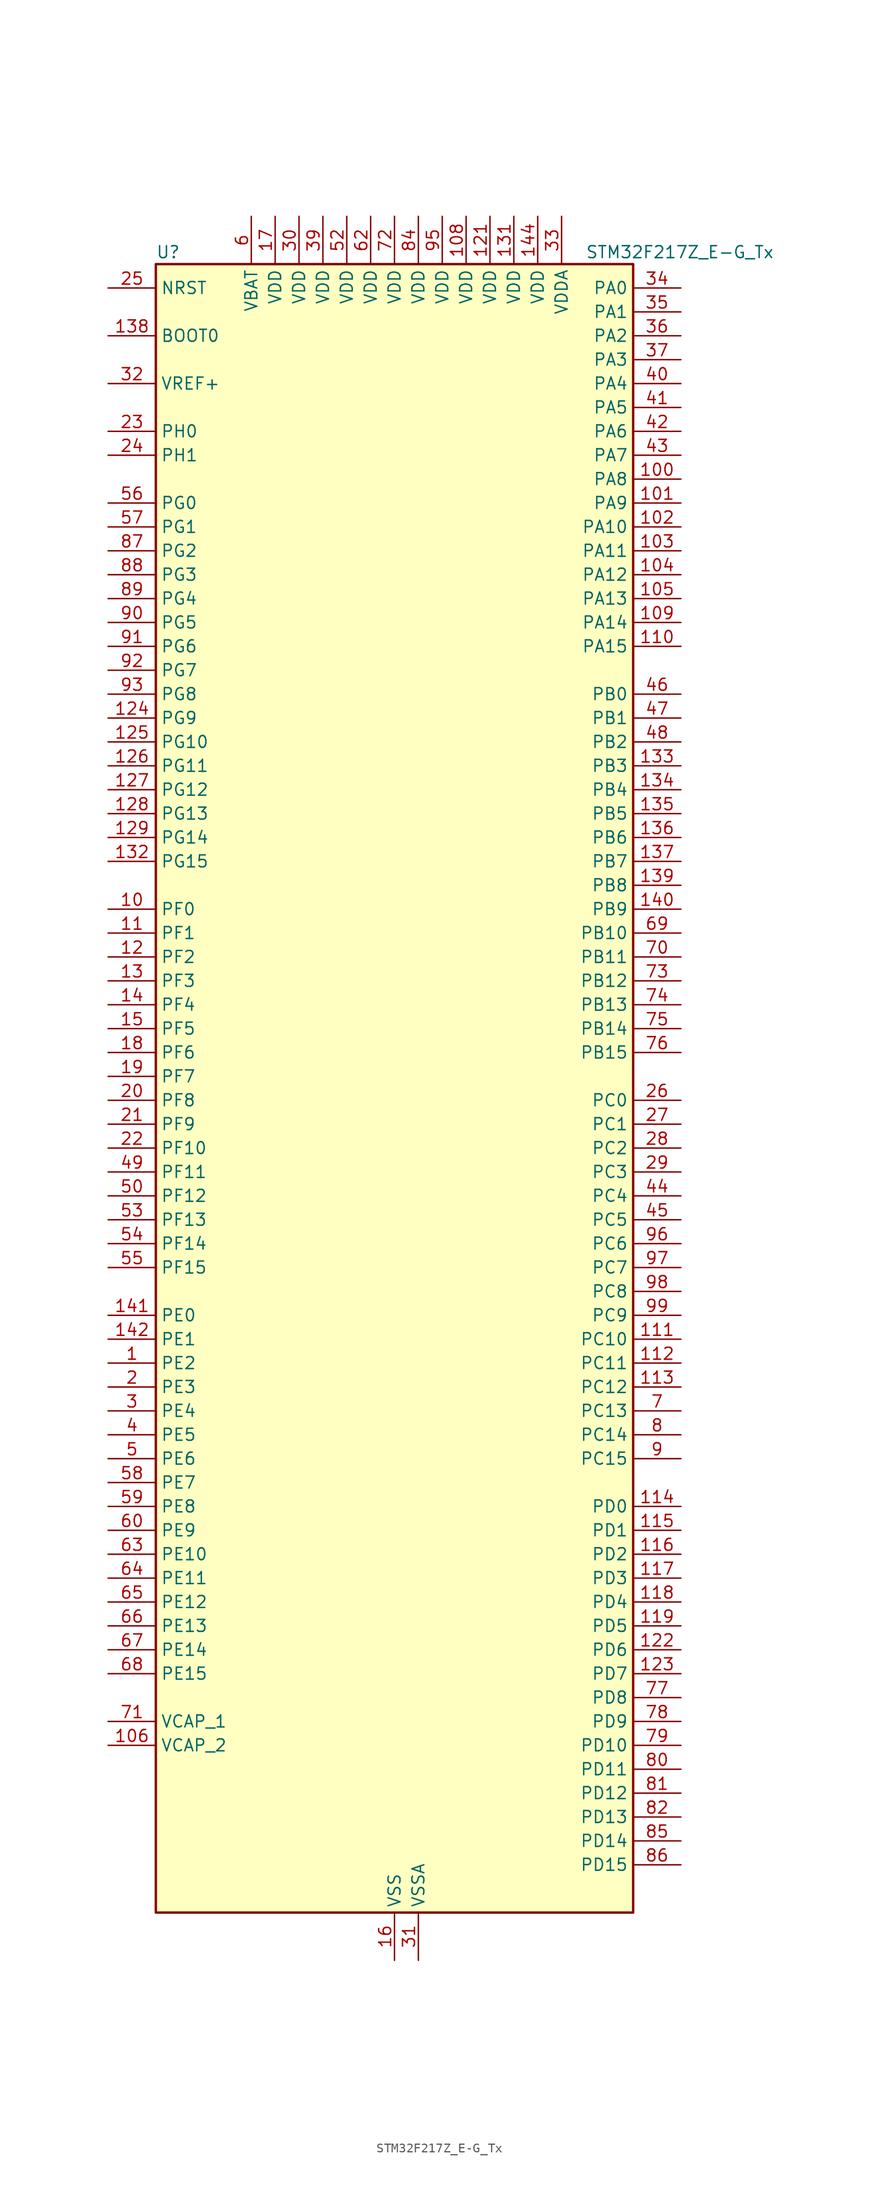
<source format=kicad_sym>
(kicad_symbol_lib
  (version 20220914)
  (generator kicad_symbol_editor)
  (symbol "STM32F217Z_E-G_Tx"
    (property "Reference" "U"
      (at -25.4 90.17 0)
      (effects (font (size 1.27 1.27)) (justify left)))
    (property "Value" "STM32F217Z_E-G_Tx"
      (at 20.32 90.17 0)
      (effects (font (size 1.27 1.27)) (justify left)))
    (property "ki_locked" ""
      (at 0 0 0)
      (effects (font (size 1.27 1.27))))
    (symbol "STM32F217Z_E-G_Tx_0_1"
      (rectangle (start -25.4 -86.36) (end 25.4 88.9) (stroke (width 0.254) (type default)) (fill (type background))))
    (symbol "STM32F217Z_E-G_Tx_1_1"
      (pin bidirectional line (at -30.48 -27.94 0) (length 5.08) (name "PE2" (effects (font (size 1.27 1.27)))) (number "1" (effects (font (size 1.27 1.27)))) (alternate "ETH_TXD3" bidirectional line) (alternate "FSMC_A23" bidirectional line) (alternate "SYS_TRACECLK" bidirectional line))
      (pin bidirectional line (at -30.48 20.32 0) (length 5.08) (name "PF0" (effects (font (size 1.27 1.27)))) (number "10" (effects (font (size 1.27 1.27)))) (alternate "FSMC_A0" bidirectional line) (alternate "I2C2_SDA" bidirectional line))
      (pin bidirectional line (at 30.48 66.04 180) (length 5.08) (name "PA8" (effects (font (size 1.27 1.27)))) (number "100" (effects (font (size 1.27 1.27)))) (alternate "I2C3_SCL" bidirectional line) (alternate "RCC_MCO_1" bidirectional line) (alternate "TIM1_CH1" bidirectional line) (alternate "USART1_CK" bidirectional line) (alternate "USB_OTG_FS_SOF" bidirectional line))
      (pin bidirectional line (at 30.48 63.5 180) (length 5.08) (name "PA9" (effects (font (size 1.27 1.27)))) (number "101" (effects (font (size 1.27 1.27)))) (alternate "DAC_EXTI9" bidirectional line) (alternate "DCMI_D0" bidirectional line) (alternate "I2C3_SMBA" bidirectional line) (alternate "TIM1_CH2" bidirectional line) (alternate "USART1_TX" bidirectional line) (alternate "USB_OTG_FS_VBUS" bidirectional line))
      (pin bidirectional line (at 30.48 60.96 180) (length 5.08) (name "PA10" (effects (font (size 1.27 1.27)))) (number "102" (effects (font (size 1.27 1.27)))) (alternate "DCMI_D1" bidirectional line) (alternate "TIM1_CH3" bidirectional line) (alternate "USART1_RX" bidirectional line) (alternate "USB_OTG_FS_ID" bidirectional line))
      (pin bidirectional line (at 30.48 58.42 180) (length 5.08) (name "PA11" (effects (font (size 1.27 1.27)))) (number "103" (effects (font (size 1.27 1.27)))) (alternate "ADC1_EXTI11" bidirectional line) (alternate "ADC2_EXTI11" bidirectional line) (alternate "ADC3_EXTI11" bidirectional line) (alternate "CAN1_RX" bidirectional line) (alternate "TIM1_CH4" bidirectional line) (alternate "USART1_CTS" bidirectional line) (alternate "USB_OTG_FS_DM" bidirectional line))
      (pin bidirectional line (at 30.48 55.88 180) (length 5.08) (name "PA12" (effects (font (size 1.27 1.27)))) (number "104" (effects (font (size 1.27 1.27)))) (alternate "CAN1_TX" bidirectional line) (alternate "TIM1_ETR" bidirectional line) (alternate "USART1_RTS" bidirectional line) (alternate "USB_OTG_FS_DP" bidirectional line))
      (pin bidirectional line (at 30.48 53.34 180) (length 5.08) (name "PA13" (effects (font (size 1.27 1.27)))) (number "105" (effects (font (size 1.27 1.27)))) (alternate "SYS_JTMS-SWDIO" bidirectional line))
      (pin power_out line (at -30.48 -68.58 0) (length 5.08) (name "VCAP_2" (effects (font (size 1.27 1.27)))) (number "106" (effects (font (size 1.27 1.27)))))
      (pin passive line (at 0 -91.44 90) (length 5.08) hide (name "VSS" (effects (font (size 1.27 1.27)))) (number "107" (effects (font (size 1.27 1.27)))))
      (pin power_in line (at 7.62 93.98 270) (length 5.08) (name "VDD" (effects (font (size 1.27 1.27)))) (number "108" (effects (font (size 1.27 1.27)))))
      (pin bidirectional line (at 30.48 50.8 180) (length 5.08) (name "PA14" (effects (font (size 1.27 1.27)))) (number "109" (effects (font (size 1.27 1.27)))) (alternate "SYS_JTCK-SWCLK" bidirectional line))
      (pin bidirectional line (at -30.48 17.78 0) (length 5.08) (name "PF1" (effects (font (size 1.27 1.27)))) (number "11" (effects (font (size 1.27 1.27)))) (alternate "FSMC_A1" bidirectional line) (alternate "I2C2_SCL" bidirectional line))
      (pin bidirectional line (at 30.48 48.26 180) (length 5.08) (name "PA15" (effects (font (size 1.27 1.27)))) (number "110" (effects (font (size 1.27 1.27)))) (alternate "ADC1_EXTI15" bidirectional line) (alternate "ADC2_EXTI15" bidirectional line) (alternate "ADC3_EXTI15" bidirectional line) (alternate "I2S3_WS" bidirectional line) (alternate "SPI1_NSS" bidirectional line) (alternate "SPI3_NSS" bidirectional line) (alternate "SYS_JTDI" bidirectional line) (alternate "TIM2_CH1" bidirectional line) (alternate "TIM2_ETR" bidirectional line))
      (pin bidirectional line (at 30.48 -25.4 180) (length 5.08) (name "PC10" (effects (font (size 1.27 1.27)))) (number "111" (effects (font (size 1.27 1.27)))) (alternate "DCMI_D8" bidirectional line) (alternate "I2S3_SCK" bidirectional line) (alternate "SDIO_D2" bidirectional line) (alternate "SPI3_SCK" bidirectional line) (alternate "UART4_TX" bidirectional line) (alternate "USART3_TX" bidirectional line))
      (pin bidirectional line (at 30.48 -27.94 180) (length 5.08) (name "PC11" (effects (font (size 1.27 1.27)))) (number "112" (effects (font (size 1.27 1.27)))) (alternate "ADC1_EXTI11" bidirectional line) (alternate "ADC2_EXTI11" bidirectional line) (alternate "ADC3_EXTI11" bidirectional line) (alternate "DCMI_D4" bidirectional line) (alternate "SDIO_D3" bidirectional line) (alternate "SPI3_MISO" bidirectional line) (alternate "UART4_RX" bidirectional line) (alternate "USART3_RX" bidirectional line))
      (pin bidirectional line (at 30.48 -30.48 180) (length 5.08) (name "PC12" (effects (font (size 1.27 1.27)))) (number "113" (effects (font (size 1.27 1.27)))) (alternate "DCMI_D9" bidirectional line) (alternate "I2S3_SD" bidirectional line) (alternate "SDIO_CK" bidirectional line) (alternate "SPI3_MOSI" bidirectional line) (alternate "UART5_TX" bidirectional line) (alternate "USART3_CK" bidirectional line))
      (pin bidirectional line (at 30.48 -43.18 180) (length 5.08) (name "PD0" (effects (font (size 1.27 1.27)))) (number "114" (effects (font (size 1.27 1.27)))) (alternate "CAN1_RX" bidirectional line) (alternate "FSMC_D2" bidirectional line) (alternate "FSMC_DA2" bidirectional line))
      (pin bidirectional line (at 30.48 -45.72 180) (length 5.08) (name "PD1" (effects (font (size 1.27 1.27)))) (number "115" (effects (font (size 1.27 1.27)))) (alternate "CAN1_TX" bidirectional line) (alternate "FSMC_D3" bidirectional line) (alternate "FSMC_DA3" bidirectional line))
      (pin bidirectional line (at 30.48 -48.26 180) (length 5.08) (name "PD2" (effects (font (size 1.27 1.27)))) (number "116" (effects (font (size 1.27 1.27)))) (alternate "DCMI_D11" bidirectional line) (alternate "SDIO_CMD" bidirectional line) (alternate "TIM3_ETR" bidirectional line) (alternate "UART5_RX" bidirectional line))
      (pin bidirectional line (at 30.48 -50.8 180) (length 5.08) (name "PD3" (effects (font (size 1.27 1.27)))) (number "117" (effects (font (size 1.27 1.27)))) (alternate "FSMC_CLK" bidirectional line) (alternate "USART2_CTS" bidirectional line))
      (pin bidirectional line (at 30.48 -53.34 180) (length 5.08) (name "PD4" (effects (font (size 1.27 1.27)))) (number "118" (effects (font (size 1.27 1.27)))) (alternate "FSMC_NOE" bidirectional line) (alternate "USART2_RTS" bidirectional line))
      (pin bidirectional line (at 30.48 -55.88 180) (length 5.08) (name "PD5" (effects (font (size 1.27 1.27)))) (number "119" (effects (font (size 1.27 1.27)))) (alternate "FSMC_NWE" bidirectional line) (alternate "USART2_TX" bidirectional line))
      (pin bidirectional line (at -30.48 15.24 0) (length 5.08) (name "PF2" (effects (font (size 1.27 1.27)))) (number "12" (effects (font (size 1.27 1.27)))) (alternate "FSMC_A2" bidirectional line) (alternate "I2C2_SMBA" bidirectional line))
      (pin passive line (at 0 -91.44 90) (length 5.08) hide (name "VSS" (effects (font (size 1.27 1.27)))) (number "120" (effects (font (size 1.27 1.27)))))
      (pin power_in line (at 10.16 93.98 270) (length 5.08) (name "VDD" (effects (font (size 1.27 1.27)))) (number "121" (effects (font (size 1.27 1.27)))))
      (pin bidirectional line (at 30.48 -58.42 180) (length 5.08) (name "PD6" (effects (font (size 1.27 1.27)))) (number "122" (effects (font (size 1.27 1.27)))) (alternate "FSMC_NWAIT" bidirectional line) (alternate "USART2_RX" bidirectional line))
      (pin bidirectional line (at 30.48 -60.96 180) (length 5.08) (name "PD7" (effects (font (size 1.27 1.27)))) (number "123" (effects (font (size 1.27 1.27)))) (alternate "FSMC_NCE2" bidirectional line) (alternate "FSMC_NE1" bidirectional line) (alternate "USART2_CK" bidirectional line))
      (pin bidirectional line (at -30.48 40.64 0) (length 5.08) (name "PG9" (effects (font (size 1.27 1.27)))) (number "124" (effects (font (size 1.27 1.27)))) (alternate "DAC_EXTI9" bidirectional line) (alternate "FSMC_NCE3" bidirectional line) (alternate "FSMC_NE2" bidirectional line) (alternate "USART6_RX" bidirectional line))
      (pin bidirectional line (at -30.48 38.1 0) (length 5.08) (name "PG10" (effects (font (size 1.27 1.27)))) (number "125" (effects (font (size 1.27 1.27)))) (alternate "FSMC_NCE4_1" bidirectional line) (alternate "FSMC_NE3" bidirectional line))
      (pin bidirectional line (at -30.48 35.56 0) (length 5.08) (name "PG11" (effects (font (size 1.27 1.27)))) (number "126" (effects (font (size 1.27 1.27)))) (alternate "ADC1_EXTI11" bidirectional line) (alternate "ADC2_EXTI11" bidirectional line) (alternate "ADC3_EXTI11" bidirectional line) (alternate "ETH_TX_EN" bidirectional line) (alternate "FSMC_NCE4_2" bidirectional line))
      (pin bidirectional line (at -30.48 33.02 0) (length 5.08) (name "PG12" (effects (font (size 1.27 1.27)))) (number "127" (effects (font (size 1.27 1.27)))) (alternate "FSMC_NE4" bidirectional line) (alternate "USART6_RTS" bidirectional line))
      (pin bidirectional line (at -30.48 30.48 0) (length 5.08) (name "PG13" (effects (font (size 1.27 1.27)))) (number "128" (effects (font (size 1.27 1.27)))) (alternate "ETH_TXD0" bidirectional line) (alternate "FSMC_A24" bidirectional line) (alternate "USART6_CTS" bidirectional line))
      (pin bidirectional line (at -30.48 27.94 0) (length 5.08) (name "PG14" (effects (font (size 1.27 1.27)))) (number "129" (effects (font (size 1.27 1.27)))) (alternate "ETH_TXD1" bidirectional line) (alternate "FSMC_A25" bidirectional line) (alternate "USART6_TX" bidirectional line))
      (pin bidirectional line (at -30.48 12.7 0) (length 5.08) (name "PF3" (effects (font (size 1.27 1.27)))) (number "13" (effects (font (size 1.27 1.27)))) (alternate "ADC3_IN9" bidirectional line) (alternate "FSMC_A3" bidirectional line))
      (pin passive line (at 0 -91.44 90) (length 5.08) hide (name "VSS" (effects (font (size 1.27 1.27)))) (number "130" (effects (font (size 1.27 1.27)))))
      (pin power_in line (at 12.7 93.98 270) (length 5.08) (name "VDD" (effects (font (size 1.27 1.27)))) (number "131" (effects (font (size 1.27 1.27)))))
      (pin bidirectional line (at -30.48 25.4 0) (length 5.08) (name "PG15" (effects (font (size 1.27 1.27)))) (number "132" (effects (font (size 1.27 1.27)))) (alternate "ADC1_EXTI15" bidirectional line) (alternate "ADC2_EXTI15" bidirectional line) (alternate "ADC3_EXTI15" bidirectional line) (alternate "DCMI_D13" bidirectional line) (alternate "USART6_CTS" bidirectional line))
      (pin bidirectional line (at 30.48 35.56 180) (length 5.08) (name "PB3" (effects (font (size 1.27 1.27)))) (number "133" (effects (font (size 1.27 1.27)))) (alternate "I2S3_SCK" bidirectional line) (alternate "SPI1_SCK" bidirectional line) (alternate "SPI3_SCK" bidirectional line) (alternate "SYS_JTDO-SWO" bidirectional line) (alternate "TIM2_CH2" bidirectional line))
      (pin bidirectional line (at 30.48 33.02 180) (length 5.08) (name "PB4" (effects (font (size 1.27 1.27)))) (number "134" (effects (font (size 1.27 1.27)))) (alternate "SPI1_MISO" bidirectional line) (alternate "SPI3_MISO" bidirectional line) (alternate "SYS_JTRST" bidirectional line) (alternate "TIM3_CH1" bidirectional line))
      (pin bidirectional line (at 30.48 30.48 180) (length 5.08) (name "PB5" (effects (font (size 1.27 1.27)))) (number "135" (effects (font (size 1.27 1.27)))) (alternate "CAN2_RX" bidirectional line) (alternate "DCMI_D10" bidirectional line) (alternate "ETH_PPS_OUT" bidirectional line) (alternate "I2C1_SMBA" bidirectional line) (alternate "I2S3_SD" bidirectional line) (alternate "SPI1_MOSI" bidirectional line) (alternate "SPI3_MOSI" bidirectional line) (alternate "TIM3_CH2" bidirectional line) (alternate "USB_OTG_HS_ULPI_D7" bidirectional line))
      (pin bidirectional line (at 30.48 27.94 180) (length 5.08) (name "PB6" (effects (font (size 1.27 1.27)))) (number "136" (effects (font (size 1.27 1.27)))) (alternate "CAN2_TX" bidirectional line) (alternate "DCMI_D5" bidirectional line) (alternate "I2C1_SCL" bidirectional line) (alternate "TIM4_CH1" bidirectional line) (alternate "USART1_TX" bidirectional line))
      (pin bidirectional line (at 30.48 25.4 180) (length 5.08) (name "PB7" (effects (font (size 1.27 1.27)))) (number "137" (effects (font (size 1.27 1.27)))) (alternate "DCMI_VSYNC" bidirectional line) (alternate "FSMC_NL" bidirectional line) (alternate "I2C1_SDA" bidirectional line) (alternate "TIM4_CH2" bidirectional line) (alternate "USART1_RX" bidirectional line))
      (pin input line (at -30.48 81.28 0) (length 5.08) (name "BOOT0" (effects (font (size 1.27 1.27)))) (number "138" (effects (font (size 1.27 1.27)))))
      (pin bidirectional line (at 30.48 22.86 180) (length 5.08) (name "PB8" (effects (font (size 1.27 1.27)))) (number "139" (effects (font (size 1.27 1.27)))) (alternate "CAN1_RX" bidirectional line) (alternate "DCMI_D6" bidirectional line) (alternate "ETH_TXD3" bidirectional line) (alternate "I2C1_SCL" bidirectional line) (alternate "SDIO_D4" bidirectional line) (alternate "TIM10_CH1" bidirectional line) (alternate "TIM4_CH3" bidirectional line))
      (pin bidirectional line (at -30.48 10.16 0) (length 5.08) (name "PF4" (effects (font (size 1.27 1.27)))) (number "14" (effects (font (size 1.27 1.27)))) (alternate "ADC3_IN14" bidirectional line) (alternate "FSMC_A4" bidirectional line))
      (pin bidirectional line (at 30.48 20.32 180) (length 5.08) (name "PB9" (effects (font (size 1.27 1.27)))) (number "140" (effects (font (size 1.27 1.27)))) (alternate "CAN1_TX" bidirectional line) (alternate "DAC_EXTI9" bidirectional line) (alternate "DCMI_D7" bidirectional line) (alternate "I2C1_SDA" bidirectional line) (alternate "I2S2_WS" bidirectional line) (alternate "SDIO_D5" bidirectional line) (alternate "SPI2_NSS" bidirectional line) (alternate "TIM11_CH1" bidirectional line) (alternate "TIM4_CH4" bidirectional line))
      (pin bidirectional line (at -30.48 -22.86 0) (length 5.08) (name "PE0" (effects (font (size 1.27 1.27)))) (number "141" (effects (font (size 1.27 1.27)))) (alternate "DCMI_D2" bidirectional line) (alternate "FSMC_NBL0" bidirectional line) (alternate "TIM4_ETR" bidirectional line))
      (pin bidirectional line (at -30.48 -25.4 0) (length 5.08) (name "PE1" (effects (font (size 1.27 1.27)))) (number "142" (effects (font (size 1.27 1.27)))) (alternate "DCMI_D3" bidirectional line) (alternate "FSMC_NBL1" bidirectional line))
      (pin no_connect line (at -25.4 -86.36 0) (length 5.08) hide (name "RFU" (effects (font (size 1.27 1.27)))) (number "143" (effects (font (size 1.27 1.27)))))
      (pin power_in line (at 15.24 93.98 270) (length 5.08) (name "VDD" (effects (font (size 1.27 1.27)))) (number "144" (effects (font (size 1.27 1.27)))))
      (pin bidirectional line (at -30.48 7.62 0) (length 5.08) (name "PF5" (effects (font (size 1.27 1.27)))) (number "15" (effects (font (size 1.27 1.27)))) (alternate "ADC3_IN15" bidirectional line) (alternate "FSMC_A5" bidirectional line))
      (pin power_in line (at 0 -91.44 90) (length 5.08) (name "VSS" (effects (font (size 1.27 1.27)))) (number "16" (effects (font (size 1.27 1.27)))))
      (pin power_in line (at -12.7 93.98 270) (length 5.08) (name "VDD" (effects (font (size 1.27 1.27)))) (number "17" (effects (font (size 1.27 1.27)))))
      (pin bidirectional line (at -30.48 5.08 0) (length 5.08) (name "PF6" (effects (font (size 1.27 1.27)))) (number "18" (effects (font (size 1.27 1.27)))) (alternate "ADC3_IN4" bidirectional line) (alternate "FSMC_NIORD" bidirectional line) (alternate "TIM10_CH1" bidirectional line))
      (pin bidirectional line (at -30.48 2.54 0) (length 5.08) (name "PF7" (effects (font (size 1.27 1.27)))) (number "19" (effects (font (size 1.27 1.27)))) (alternate "ADC3_IN5" bidirectional line) (alternate "FSMC_NREG" bidirectional line) (alternate "TIM11_CH1" bidirectional line))
      (pin bidirectional line (at -30.48 -30.48 0) (length 5.08) (name "PE3" (effects (font (size 1.27 1.27)))) (number "2" (effects (font (size 1.27 1.27)))) (alternate "FSMC_A19" bidirectional line) (alternate "SYS_TRACED0" bidirectional line))
      (pin bidirectional line (at -30.48 0 0) (length 5.08) (name "PF8" (effects (font (size 1.27 1.27)))) (number "20" (effects (font (size 1.27 1.27)))) (alternate "ADC3_IN6" bidirectional line) (alternate "FSMC_NIOWR" bidirectional line) (alternate "TIM13_CH1" bidirectional line))
      (pin bidirectional line (at -30.48 -2.54 0) (length 5.08) (name "PF9" (effects (font (size 1.27 1.27)))) (number "21" (effects (font (size 1.27 1.27)))) (alternate "ADC3_IN7" bidirectional line) (alternate "DAC_EXTI9" bidirectional line) (alternate "FSMC_CD" bidirectional line) (alternate "TIM14_CH1" bidirectional line))
      (pin bidirectional line (at -30.48 -5.08 0) (length 5.08) (name "PF10" (effects (font (size 1.27 1.27)))) (number "22" (effects (font (size 1.27 1.27)))) (alternate "ADC3_IN8" bidirectional line) (alternate "FSMC_INTR" bidirectional line))
      (pin bidirectional line (at -30.48 71.12 0) (length 5.08) (name "PH0" (effects (font (size 1.27 1.27)))) (number "23" (effects (font (size 1.27 1.27)))) (alternate "RCC_OSC_IN" bidirectional line))
      (pin bidirectional line (at -30.48 68.58 0) (length 5.08) (name "PH1" (effects (font (size 1.27 1.27)))) (number "24" (effects (font (size 1.27 1.27)))) (alternate "RCC_OSC_OUT" bidirectional line))
      (pin input line (at -30.48 86.36 0) (length 5.08) (name "NRST" (effects (font (size 1.27 1.27)))) (number "25" (effects (font (size 1.27 1.27)))))
      (pin bidirectional line (at 30.48 0 180) (length 5.08) (name "PC0" (effects (font (size 1.27 1.27)))) (number "26" (effects (font (size 1.27 1.27)))) (alternate "ADC1_IN10" bidirectional line) (alternate "ADC2_IN10" bidirectional line) (alternate "ADC3_IN10" bidirectional line) (alternate "USB_OTG_HS_ULPI_STP" bidirectional line))
      (pin bidirectional line (at 30.48 -2.54 180) (length 5.08) (name "PC1" (effects (font (size 1.27 1.27)))) (number "27" (effects (font (size 1.27 1.27)))) (alternate "ADC1_IN11" bidirectional line) (alternate "ADC2_IN11" bidirectional line) (alternate "ADC3_IN11" bidirectional line) (alternate "ETH_MDC" bidirectional line))
      (pin bidirectional line (at 30.48 -5.08 180) (length 5.08) (name "PC2" (effects (font (size 1.27 1.27)))) (number "28" (effects (font (size 1.27 1.27)))) (alternate "ADC1_IN12" bidirectional line) (alternate "ADC2_IN12" bidirectional line) (alternate "ADC3_IN12" bidirectional line) (alternate "ETH_TXD2" bidirectional line) (alternate "SPI2_MISO" bidirectional line) (alternate "USB_OTG_HS_ULPI_DIR" bidirectional line))
      (pin bidirectional line (at 30.48 -7.62 180) (length 5.08) (name "PC3" (effects (font (size 1.27 1.27)))) (number "29" (effects (font (size 1.27 1.27)))) (alternate "ADC1_IN13" bidirectional line) (alternate "ADC2_IN13" bidirectional line) (alternate "ADC3_IN13" bidirectional line) (alternate "ETH_TX_CLK" bidirectional line) (alternate "I2S2_SD" bidirectional line) (alternate "SPI2_MOSI" bidirectional line) (alternate "USB_OTG_HS_ULPI_NXT" bidirectional line))
      (pin bidirectional line (at -30.48 -33.02 0) (length 5.08) (name "PE4" (effects (font (size 1.27 1.27)))) (number "3" (effects (font (size 1.27 1.27)))) (alternate "DCMI_D4" bidirectional line) (alternate "FSMC_A20" bidirectional line) (alternate "SYS_TRACED1" bidirectional line))
      (pin power_in line (at -10.16 93.98 270) (length 5.08) (name "VDD" (effects (font (size 1.27 1.27)))) (number "30" (effects (font (size 1.27 1.27)))))
      (pin power_in line (at 2.54 -91.44 90) (length 5.08) (name "VSSA" (effects (font (size 1.27 1.27)))) (number "31" (effects (font (size 1.27 1.27)))))
      (pin input line (at -30.48 76.2 0) (length 5.08) (name "VREF+" (effects (font (size 1.27 1.27)))) (number "32" (effects (font (size 1.27 1.27)))))
      (pin power_in line (at 17.78 93.98 270) (length 5.08) (name "VDDA" (effects (font (size 1.27 1.27)))) (number "33" (effects (font (size 1.27 1.27)))))
      (pin bidirectional line (at 30.48 86.36 180) (length 5.08) (name "PA0" (effects (font (size 1.27 1.27)))) (number "34" (effects (font (size 1.27 1.27)))) (alternate "ADC1_IN0" bidirectional line) (alternate "ADC2_IN0" bidirectional line) (alternate "ADC3_IN0" bidirectional line) (alternate "ETH_CRS" bidirectional line) (alternate "SYS_WKUP" bidirectional line) (alternate "TIM2_CH1" bidirectional line) (alternate "TIM2_ETR" bidirectional line) (alternate "TIM5_CH1" bidirectional line) (alternate "TIM8_ETR" bidirectional line) (alternate "UART4_TX" bidirectional line) (alternate "USART2_CTS" bidirectional line))
      (pin bidirectional line (at 30.48 83.82 180) (length 5.08) (name "PA1" (effects (font (size 1.27 1.27)))) (number "35" (effects (font (size 1.27 1.27)))) (alternate "ADC1_IN1" bidirectional line) (alternate "ADC2_IN1" bidirectional line) (alternate "ADC3_IN1" bidirectional line) (alternate "ETH_REF_CLK" bidirectional line) (alternate "ETH_RX_CLK" bidirectional line) (alternate "TIM2_CH2" bidirectional line) (alternate "TIM5_CH2" bidirectional line) (alternate "UART4_RX" bidirectional line) (alternate "USART2_RTS" bidirectional line))
      (pin bidirectional line (at 30.48 81.28 180) (length 5.08) (name "PA2" (effects (font (size 1.27 1.27)))) (number "36" (effects (font (size 1.27 1.27)))) (alternate "ADC1_IN2" bidirectional line) (alternate "ADC2_IN2" bidirectional line) (alternate "ADC3_IN2" bidirectional line) (alternate "ETH_MDIO" bidirectional line) (alternate "TIM2_CH3" bidirectional line) (alternate "TIM5_CH3" bidirectional line) (alternate "TIM9_CH1" bidirectional line) (alternate "USART2_TX" bidirectional line))
      (pin bidirectional line (at 30.48 78.74 180) (length 5.08) (name "PA3" (effects (font (size 1.27 1.27)))) (number "37" (effects (font (size 1.27 1.27)))) (alternate "ADC1_IN3" bidirectional line) (alternate "ADC2_IN3" bidirectional line) (alternate "ADC3_IN3" bidirectional line) (alternate "ETH_COL" bidirectional line) (alternate "TIM2_CH4" bidirectional line) (alternate "TIM5_CH4" bidirectional line) (alternate "TIM9_CH2" bidirectional line) (alternate "USART2_RX" bidirectional line) (alternate "USB_OTG_HS_ULPI_D0" bidirectional line))
      (pin passive line (at 0 -91.44 90) (length 5.08) hide (name "VSS" (effects (font (size 1.27 1.27)))) (number "38" (effects (font (size 1.27 1.27)))))
      (pin power_in line (at -7.62 93.98 270) (length 5.08) (name "VDD" (effects (font (size 1.27 1.27)))) (number "39" (effects (font (size 1.27 1.27)))))
      (pin bidirectional line (at -30.48 -35.56 0) (length 5.08) (name "PE5" (effects (font (size 1.27 1.27)))) (number "4" (effects (font (size 1.27 1.27)))) (alternate "DCMI_D6" bidirectional line) (alternate "FSMC_A21" bidirectional line) (alternate "SYS_TRACED2" bidirectional line) (alternate "TIM9_CH1" bidirectional line))
      (pin bidirectional line (at 30.48 76.2 180) (length 5.08) (name "PA4" (effects (font (size 1.27 1.27)))) (number "40" (effects (font (size 1.27 1.27)))) (alternate "ADC1_IN4" bidirectional line) (alternate "ADC2_IN4" bidirectional line) (alternate "DAC_OUT1" bidirectional line) (alternate "DCMI_HSYNC" bidirectional line) (alternate "I2S3_WS" bidirectional line) (alternate "SPI1_NSS" bidirectional line) (alternate "SPI3_NSS" bidirectional line) (alternate "USART2_CK" bidirectional line) (alternate "USB_OTG_HS_SOF" bidirectional line))
      (pin bidirectional line (at 30.48 73.66 180) (length 5.08) (name "PA5" (effects (font (size 1.27 1.27)))) (number "41" (effects (font (size 1.27 1.27)))) (alternate "ADC1_IN5" bidirectional line) (alternate "ADC2_IN5" bidirectional line) (alternate "DAC_OUT2" bidirectional line) (alternate "SPI1_SCK" bidirectional line) (alternate "TIM2_CH1" bidirectional line) (alternate "TIM2_ETR" bidirectional line) (alternate "TIM8_CH1N" bidirectional line) (alternate "USB_OTG_HS_ULPI_CK" bidirectional line))
      (pin bidirectional line (at 30.48 71.12 180) (length 5.08) (name "PA6" (effects (font (size 1.27 1.27)))) (number "42" (effects (font (size 1.27 1.27)))) (alternate "ADC1_IN6" bidirectional line) (alternate "ADC2_IN6" bidirectional line) (alternate "DCMI_PIXCLK" bidirectional line) (alternate "SPI1_MISO" bidirectional line) (alternate "TIM13_CH1" bidirectional line) (alternate "TIM1_BKIN" bidirectional line) (alternate "TIM3_CH1" bidirectional line) (alternate "TIM8_BKIN" bidirectional line))
      (pin bidirectional line (at 30.48 68.58 180) (length 5.08) (name "PA7" (effects (font (size 1.27 1.27)))) (number "43" (effects (font (size 1.27 1.27)))) (alternate "ADC1_IN7" bidirectional line) (alternate "ADC2_IN7" bidirectional line) (alternate "ETH_CRS_DV" bidirectional line) (alternate "ETH_RX_DV" bidirectional line) (alternate "SPI1_MOSI" bidirectional line) (alternate "TIM14_CH1" bidirectional line) (alternate "TIM1_CH1N" bidirectional line) (alternate "TIM3_CH2" bidirectional line) (alternate "TIM8_CH1N" bidirectional line))
      (pin bidirectional line (at 30.48 -10.16 180) (length 5.08) (name "PC4" (effects (font (size 1.27 1.27)))) (number "44" (effects (font (size 1.27 1.27)))) (alternate "ADC1_IN14" bidirectional line) (alternate "ADC2_IN14" bidirectional line) (alternate "ETH_RXD0" bidirectional line))
      (pin bidirectional line (at 30.48 -12.7 180) (length 5.08) (name "PC5" (effects (font (size 1.27 1.27)))) (number "45" (effects (font (size 1.27 1.27)))) (alternate "ADC1_IN15" bidirectional line) (alternate "ADC2_IN15" bidirectional line) (alternate "ETH_RXD1" bidirectional line))
      (pin bidirectional line (at 30.48 43.18 180) (length 5.08) (name "PB0" (effects (font (size 1.27 1.27)))) (number "46" (effects (font (size 1.27 1.27)))) (alternate "ADC1_IN8" bidirectional line) (alternate "ADC2_IN8" bidirectional line) (alternate "ETH_RXD2" bidirectional line) (alternate "TIM1_CH2N" bidirectional line) (alternate "TIM3_CH3" bidirectional line) (alternate "TIM8_CH2N" bidirectional line) (alternate "USB_OTG_HS_ULPI_D1" bidirectional line))
      (pin bidirectional line (at 30.48 40.64 180) (length 5.08) (name "PB1" (effects (font (size 1.27 1.27)))) (number "47" (effects (font (size 1.27 1.27)))) (alternate "ADC1_IN9" bidirectional line) (alternate "ADC2_IN9" bidirectional line) (alternate "ETH_RXD3" bidirectional line) (alternate "TIM1_CH3N" bidirectional line) (alternate "TIM3_CH4" bidirectional line) (alternate "TIM8_CH3N" bidirectional line) (alternate "USB_OTG_HS_ULPI_D2" bidirectional line))
      (pin bidirectional line (at 30.48 38.1 180) (length 5.08) (name "PB2" (effects (font (size 1.27 1.27)))) (number "48" (effects (font (size 1.27 1.27)))))
      (pin bidirectional line (at -30.48 -7.62 0) (length 5.08) (name "PF11" (effects (font (size 1.27 1.27)))) (number "49" (effects (font (size 1.27 1.27)))) (alternate "ADC1_EXTI11" bidirectional line) (alternate "ADC2_EXTI11" bidirectional line) (alternate "ADC3_EXTI11" bidirectional line) (alternate "DCMI_D12" bidirectional line))
      (pin bidirectional line (at -30.48 -38.1 0) (length 5.08) (name "PE6" (effects (font (size 1.27 1.27)))) (number "5" (effects (font (size 1.27 1.27)))) (alternate "DCMI_D7" bidirectional line) (alternate "FSMC_A22" bidirectional line) (alternate "SYS_TRACED3" bidirectional line) (alternate "TIM9_CH2" bidirectional line))
      (pin bidirectional line (at -30.48 -10.16 0) (length 5.08) (name "PF12" (effects (font (size 1.27 1.27)))) (number "50" (effects (font (size 1.27 1.27)))) (alternate "FSMC_A6" bidirectional line))
      (pin passive line (at 0 -91.44 90) (length 5.08) hide (name "VSS" (effects (font (size 1.27 1.27)))) (number "51" (effects (font (size 1.27 1.27)))))
      (pin power_in line (at -5.08 93.98 270) (length 5.08) (name "VDD" (effects (font (size 1.27 1.27)))) (number "52" (effects (font (size 1.27 1.27)))))
      (pin bidirectional line (at -30.48 -12.7 0) (length 5.08) (name "PF13" (effects (font (size 1.27 1.27)))) (number "53" (effects (font (size 1.27 1.27)))) (alternate "FSMC_A7" bidirectional line))
      (pin bidirectional line (at -30.48 -15.24 0) (length 5.08) (name "PF14" (effects (font (size 1.27 1.27)))) (number "54" (effects (font (size 1.27 1.27)))) (alternate "FSMC_A8" bidirectional line))
      (pin bidirectional line (at -30.48 -17.78 0) (length 5.08) (name "PF15" (effects (font (size 1.27 1.27)))) (number "55" (effects (font (size 1.27 1.27)))) (alternate "ADC1_EXTI15" bidirectional line) (alternate "ADC2_EXTI15" bidirectional line) (alternate "ADC3_EXTI15" bidirectional line) (alternate "FSMC_A9" bidirectional line))
      (pin bidirectional line (at -30.48 63.5 0) (length 5.08) (name "PG0" (effects (font (size 1.27 1.27)))) (number "56" (effects (font (size 1.27 1.27)))) (alternate "FSMC_A10" bidirectional line))
      (pin bidirectional line (at -30.48 60.96 0) (length 5.08) (name "PG1" (effects (font (size 1.27 1.27)))) (number "57" (effects (font (size 1.27 1.27)))) (alternate "FSMC_A11" bidirectional line))
      (pin bidirectional line (at -30.48 -40.64 0) (length 5.08) (name "PE7" (effects (font (size 1.27 1.27)))) (number "58" (effects (font (size 1.27 1.27)))) (alternate "FSMC_D4" bidirectional line) (alternate "FSMC_DA4" bidirectional line) (alternate "TIM1_ETR" bidirectional line))
      (pin bidirectional line (at -30.48 -43.18 0) (length 5.08) (name "PE8" (effects (font (size 1.27 1.27)))) (number "59" (effects (font (size 1.27 1.27)))) (alternate "FSMC_D5" bidirectional line) (alternate "FSMC_DA5" bidirectional line) (alternate "TIM1_CH1N" bidirectional line))
      (pin power_in line (at -15.24 93.98 270) (length 5.08) (name "VBAT" (effects (font (size 1.27 1.27)))) (number "6" (effects (font (size 1.27 1.27)))))
      (pin bidirectional line (at -30.48 -45.72 0) (length 5.08) (name "PE9" (effects (font (size 1.27 1.27)))) (number "60" (effects (font (size 1.27 1.27)))) (alternate "DAC_EXTI9" bidirectional line) (alternate "FSMC_D6" bidirectional line) (alternate "FSMC_DA6" bidirectional line) (alternate "TIM1_CH1" bidirectional line))
      (pin passive line (at 0 -91.44 90) (length 5.08) hide (name "VSS" (effects (font (size 1.27 1.27)))) (number "61" (effects (font (size 1.27 1.27)))))
      (pin power_in line (at -2.54 93.98 270) (length 5.08) (name "VDD" (effects (font (size 1.27 1.27)))) (number "62" (effects (font (size 1.27 1.27)))))
      (pin bidirectional line (at -30.48 -48.26 0) (length 5.08) (name "PE10" (effects (font (size 1.27 1.27)))) (number "63" (effects (font (size 1.27 1.27)))) (alternate "FSMC_D7" bidirectional line) (alternate "FSMC_DA7" bidirectional line) (alternate "TIM1_CH2N" bidirectional line))
      (pin bidirectional line (at -30.48 -50.8 0) (length 5.08) (name "PE11" (effects (font (size 1.27 1.27)))) (number "64" (effects (font (size 1.27 1.27)))) (alternate "ADC1_EXTI11" bidirectional line) (alternate "ADC2_EXTI11" bidirectional line) (alternate "ADC3_EXTI11" bidirectional line) (alternate "FSMC_D8" bidirectional line) (alternate "FSMC_DA8" bidirectional line) (alternate "TIM1_CH2" bidirectional line))
      (pin bidirectional line (at -30.48 -53.34 0) (length 5.08) (name "PE12" (effects (font (size 1.27 1.27)))) (number "65" (effects (font (size 1.27 1.27)))) (alternate "FSMC_D9" bidirectional line) (alternate "FSMC_DA9" bidirectional line) (alternate "TIM1_CH3N" bidirectional line))
      (pin bidirectional line (at -30.48 -55.88 0) (length 5.08) (name "PE13" (effects (font (size 1.27 1.27)))) (number "66" (effects (font (size 1.27 1.27)))) (alternate "FSMC_D10" bidirectional line) (alternate "FSMC_DA10" bidirectional line) (alternate "TIM1_CH3" bidirectional line))
      (pin bidirectional line (at -30.48 -58.42 0) (length 5.08) (name "PE14" (effects (font (size 1.27 1.27)))) (number "67" (effects (font (size 1.27 1.27)))) (alternate "FSMC_D11" bidirectional line) (alternate "FSMC_DA11" bidirectional line) (alternate "TIM1_CH4" bidirectional line))
      (pin bidirectional line (at -30.48 -60.96 0) (length 5.08) (name "PE15" (effects (font (size 1.27 1.27)))) (number "68" (effects (font (size 1.27 1.27)))) (alternate "ADC1_EXTI15" bidirectional line) (alternate "ADC2_EXTI15" bidirectional line) (alternate "ADC3_EXTI15" bidirectional line) (alternate "FSMC_D12" bidirectional line) (alternate "FSMC_DA12" bidirectional line) (alternate "TIM1_BKIN" bidirectional line))
      (pin bidirectional line (at 30.48 17.78 180) (length 5.08) (name "PB10" (effects (font (size 1.27 1.27)))) (number "69" (effects (font (size 1.27 1.27)))) (alternate "ETH_RX_ER" bidirectional line) (alternate "I2C2_SCL" bidirectional line) (alternate "I2S2_SCK" bidirectional line) (alternate "SPI2_SCK" bidirectional line) (alternate "TIM2_CH3" bidirectional line) (alternate "USART3_TX" bidirectional line) (alternate "USB_OTG_HS_ULPI_D3" bidirectional line))
      (pin bidirectional line (at 30.48 -33.02 180) (length 5.08) (name "PC13" (effects (font (size 1.27 1.27)))) (number "7" (effects (font (size 1.27 1.27)))) (alternate "RTC_AF1" bidirectional line))
      (pin bidirectional line (at 30.48 15.24 180) (length 5.08) (name "PB11" (effects (font (size 1.27 1.27)))) (number "70" (effects (font (size 1.27 1.27)))) (alternate "ADC1_EXTI11" bidirectional line) (alternate "ADC2_EXTI11" bidirectional line) (alternate "ADC3_EXTI11" bidirectional line) (alternate "ETH_TX_EN" bidirectional line) (alternate "I2C2_SDA" bidirectional line) (alternate "TIM2_CH4" bidirectional line) (alternate "USART3_RX" bidirectional line) (alternate "USB_OTG_HS_ULPI_D4" bidirectional line))
      (pin power_out line (at -30.48 -66.04 0) (length 5.08) (name "VCAP_1" (effects (font (size 1.27 1.27)))) (number "71" (effects (font (size 1.27 1.27)))))
      (pin power_in line (at 0 93.98 270) (length 5.08) (name "VDD" (effects (font (size 1.27 1.27)))) (number "72" (effects (font (size 1.27 1.27)))))
      (pin bidirectional line (at 30.48 12.7 180) (length 5.08) (name "PB12" (effects (font (size 1.27 1.27)))) (number "73" (effects (font (size 1.27 1.27)))) (alternate "CAN2_RX" bidirectional line) (alternate "ETH_TXD0" bidirectional line) (alternate "I2C2_SMBA" bidirectional line) (alternate "I2S2_WS" bidirectional line) (alternate "SPI2_NSS" bidirectional line) (alternate "TIM1_BKIN" bidirectional line) (alternate "USART3_CK" bidirectional line) (alternate "USB_OTG_HS_ID" bidirectional line) (alternate "USB_OTG_HS_ULPI_D5" bidirectional line))
      (pin bidirectional line (at 30.48 10.16 180) (length 5.08) (name "PB13" (effects (font (size 1.27 1.27)))) (number "74" (effects (font (size 1.27 1.27)))) (alternate "CAN2_TX" bidirectional line) (alternate "ETH_TXD1" bidirectional line) (alternate "I2S2_SCK" bidirectional line) (alternate "SPI2_SCK" bidirectional line) (alternate "TIM1_CH1N" bidirectional line) (alternate "USART3_CTS" bidirectional line) (alternate "USB_OTG_HS_ULPI_D6" bidirectional line) (alternate "USB_OTG_HS_VBUS" bidirectional line))
      (pin bidirectional line (at 30.48 7.62 180) (length 5.08) (name "PB14" (effects (font (size 1.27 1.27)))) (number "75" (effects (font (size 1.27 1.27)))) (alternate "SPI2_MISO" bidirectional line) (alternate "TIM12_CH1" bidirectional line) (alternate "TIM1_CH2N" bidirectional line) (alternate "TIM8_CH2N" bidirectional line) (alternate "USART3_RTS" bidirectional line) (alternate "USB_OTG_HS_DM" bidirectional line))
      (pin bidirectional line (at 30.48 5.08 180) (length 5.08) (name "PB15" (effects (font (size 1.27 1.27)))) (number "76" (effects (font (size 1.27 1.27)))) (alternate "ADC1_EXTI15" bidirectional line) (alternate "ADC2_EXTI15" bidirectional line) (alternate "ADC3_EXTI15" bidirectional line) (alternate "I2S2_SD" bidirectional line) (alternate "RTC_REFIN" bidirectional line) (alternate "SPI2_MOSI" bidirectional line) (alternate "TIM12_CH2" bidirectional line) (alternate "TIM1_CH3N" bidirectional line) (alternate "TIM8_CH3N" bidirectional line) (alternate "USB_OTG_HS_DP" bidirectional line))
      (pin bidirectional line (at 30.48 -63.5 180) (length 5.08) (name "PD8" (effects (font (size 1.27 1.27)))) (number "77" (effects (font (size 1.27 1.27)))) (alternate "FSMC_D13" bidirectional line) (alternate "FSMC_DA13" bidirectional line) (alternate "USART3_TX" bidirectional line))
      (pin bidirectional line (at 30.48 -66.04 180) (length 5.08) (name "PD9" (effects (font (size 1.27 1.27)))) (number "78" (effects (font (size 1.27 1.27)))) (alternate "DAC_EXTI9" bidirectional line) (alternate "FSMC_D14" bidirectional line) (alternate "FSMC_DA14" bidirectional line) (alternate "USART3_RX" bidirectional line))
      (pin bidirectional line (at 30.48 -68.58 180) (length 5.08) (name "PD10" (effects (font (size 1.27 1.27)))) (number "79" (effects (font (size 1.27 1.27)))) (alternate "FSMC_D15" bidirectional line) (alternate "FSMC_DA15" bidirectional line) (alternate "USART3_CK" bidirectional line))
      (pin bidirectional line (at 30.48 -35.56 180) (length 5.08) (name "PC14" (effects (font (size 1.27 1.27)))) (number "8" (effects (font (size 1.27 1.27)))) (alternate "RCC_OSC32_IN" bidirectional line))
      (pin bidirectional line (at 30.48 -71.12 180) (length 5.08) (name "PD11" (effects (font (size 1.27 1.27)))) (number "80" (effects (font (size 1.27 1.27)))) (alternate "ADC1_EXTI11" bidirectional line) (alternate "ADC2_EXTI11" bidirectional line) (alternate "ADC3_EXTI11" bidirectional line) (alternate "FSMC_A16" bidirectional line) (alternate "FSMC_CLE" bidirectional line) (alternate "USART3_CTS" bidirectional line))
      (pin bidirectional line (at 30.48 -73.66 180) (length 5.08) (name "PD12" (effects (font (size 1.27 1.27)))) (number "81" (effects (font (size 1.27 1.27)))) (alternate "FSMC_A17" bidirectional line) (alternate "FSMC_ALE" bidirectional line) (alternate "TIM4_CH1" bidirectional line) (alternate "USART3_RTS" bidirectional line))
      (pin bidirectional line (at 30.48 -76.2 180) (length 5.08) (name "PD13" (effects (font (size 1.27 1.27)))) (number "82" (effects (font (size 1.27 1.27)))) (alternate "FSMC_A18" bidirectional line) (alternate "TIM4_CH2" bidirectional line))
      (pin passive line (at 0 -91.44 90) (length 5.08) hide (name "VSS" (effects (font (size 1.27 1.27)))) (number "83" (effects (font (size 1.27 1.27)))))
      (pin power_in line (at 2.54 93.98 270) (length 5.08) (name "VDD" (effects (font (size 1.27 1.27)))) (number "84" (effects (font (size 1.27 1.27)))))
      (pin bidirectional line (at 30.48 -78.74 180) (length 5.08) (name "PD14" (effects (font (size 1.27 1.27)))) (number "85" (effects (font (size 1.27 1.27)))) (alternate "FSMC_D0" bidirectional line) (alternate "FSMC_DA0" bidirectional line) (alternate "TIM4_CH3" bidirectional line))
      (pin bidirectional line (at 30.48 -81.28 180) (length 5.08) (name "PD15" (effects (font (size 1.27 1.27)))) (number "86" (effects (font (size 1.27 1.27)))) (alternate "ADC1_EXTI15" bidirectional line) (alternate "ADC2_EXTI15" bidirectional line) (alternate "ADC3_EXTI15" bidirectional line) (alternate "FSMC_D1" bidirectional line) (alternate "FSMC_DA1" bidirectional line) (alternate "TIM4_CH4" bidirectional line))
      (pin bidirectional line (at -30.48 58.42 0) (length 5.08) (name "PG2" (effects (font (size 1.27 1.27)))) (number "87" (effects (font (size 1.27 1.27)))) (alternate "FSMC_A12" bidirectional line))
      (pin bidirectional line (at -30.48 55.88 0) (length 5.08) (name "PG3" (effects (font (size 1.27 1.27)))) (number "88" (effects (font (size 1.27 1.27)))) (alternate "FSMC_A13" bidirectional line))
      (pin bidirectional line (at -30.48 53.34 0) (length 5.08) (name "PG4" (effects (font (size 1.27 1.27)))) (number "89" (effects (font (size 1.27 1.27)))) (alternate "FSMC_A14" bidirectional line))
      (pin bidirectional line (at 30.48 -38.1 180) (length 5.08) (name "PC15" (effects (font (size 1.27 1.27)))) (number "9" (effects (font (size 1.27 1.27)))) (alternate "ADC1_EXTI15" bidirectional line) (alternate "ADC2_EXTI15" bidirectional line) (alternate "ADC3_EXTI15" bidirectional line) (alternate "RCC_OSC32_OUT" bidirectional line))
      (pin bidirectional line (at -30.48 50.8 0) (length 5.08) (name "PG5" (effects (font (size 1.27 1.27)))) (number "90" (effects (font (size 1.27 1.27)))) (alternate "FSMC_A15" bidirectional line))
      (pin bidirectional line (at -30.48 48.26 0) (length 5.08) (name "PG6" (effects (font (size 1.27 1.27)))) (number "91" (effects (font (size 1.27 1.27)))) (alternate "FSMC_INT2" bidirectional line))
      (pin bidirectional line (at -30.48 45.72 0) (length 5.08) (name "PG7" (effects (font (size 1.27 1.27)))) (number "92" (effects (font (size 1.27 1.27)))) (alternate "FSMC_INT3" bidirectional line) (alternate "USART6_CK" bidirectional line))
      (pin bidirectional line (at -30.48 43.18 0) (length 5.08) (name "PG8" (effects (font (size 1.27 1.27)))) (number "93" (effects (font (size 1.27 1.27)))) (alternate "ETH_PPS_OUT" bidirectional line) (alternate "USART6_RTS" bidirectional line))
      (pin passive line (at 0 -91.44 90) (length 5.08) hide (name "VSS" (effects (font (size 1.27 1.27)))) (number "94" (effects (font (size 1.27 1.27)))))
      (pin power_in line (at 5.08 93.98 270) (length 5.08) (name "VDD" (effects (font (size 1.27 1.27)))) (number "95" (effects (font (size 1.27 1.27)))))
      (pin bidirectional line (at 30.48 -15.24 180) (length 5.08) (name "PC6" (effects (font (size 1.27 1.27)))) (number "96" (effects (font (size 1.27 1.27)))) (alternate "DCMI_D0" bidirectional line) (alternate "I2S2_MCK" bidirectional line) (alternate "SDIO_D6" bidirectional line) (alternate "TIM3_CH1" bidirectional line) (alternate "TIM8_CH1" bidirectional line) (alternate "USART6_TX" bidirectional line))
      (pin bidirectional line (at 30.48 -17.78 180) (length 5.08) (name "PC7" (effects (font (size 1.27 1.27)))) (number "97" (effects (font (size 1.27 1.27)))) (alternate "DCMI_D1" bidirectional line) (alternate "I2S3_MCK" bidirectional line) (alternate "SDIO_D7" bidirectional line) (alternate "TIM3_CH2" bidirectional line) (alternate "TIM8_CH2" bidirectional line) (alternate "USART6_RX" bidirectional line))
      (pin bidirectional line (at 30.48 -20.32 180) (length 5.08) (name "PC8" (effects (font (size 1.27 1.27)))) (number "98" (effects (font (size 1.27 1.27)))) (alternate "DCMI_D2" bidirectional line) (alternate "SDIO_D0" bidirectional line) (alternate "TIM3_CH3" bidirectional line) (alternate "TIM8_CH3" bidirectional line) (alternate "USART6_CK" bidirectional line))
      (pin bidirectional line (at 30.48 -22.86 180) (length 5.08) (name "PC9" (effects (font (size 1.27 1.27)))) (number "99" (effects (font (size 1.27 1.27)))) (alternate "DAC_EXTI9" bidirectional line) (alternate "DCMI_D3" bidirectional line) (alternate "I2C3_SDA" bidirectional line) (alternate "I2S_CKIN" bidirectional line) (alternate "RCC_MCO_2" bidirectional line) (alternate "SDIO_D1" bidirectional line) (alternate "TIM3_CH4" bidirectional line) (alternate "TIM8_CH4" bidirectional line)))))
</source>
